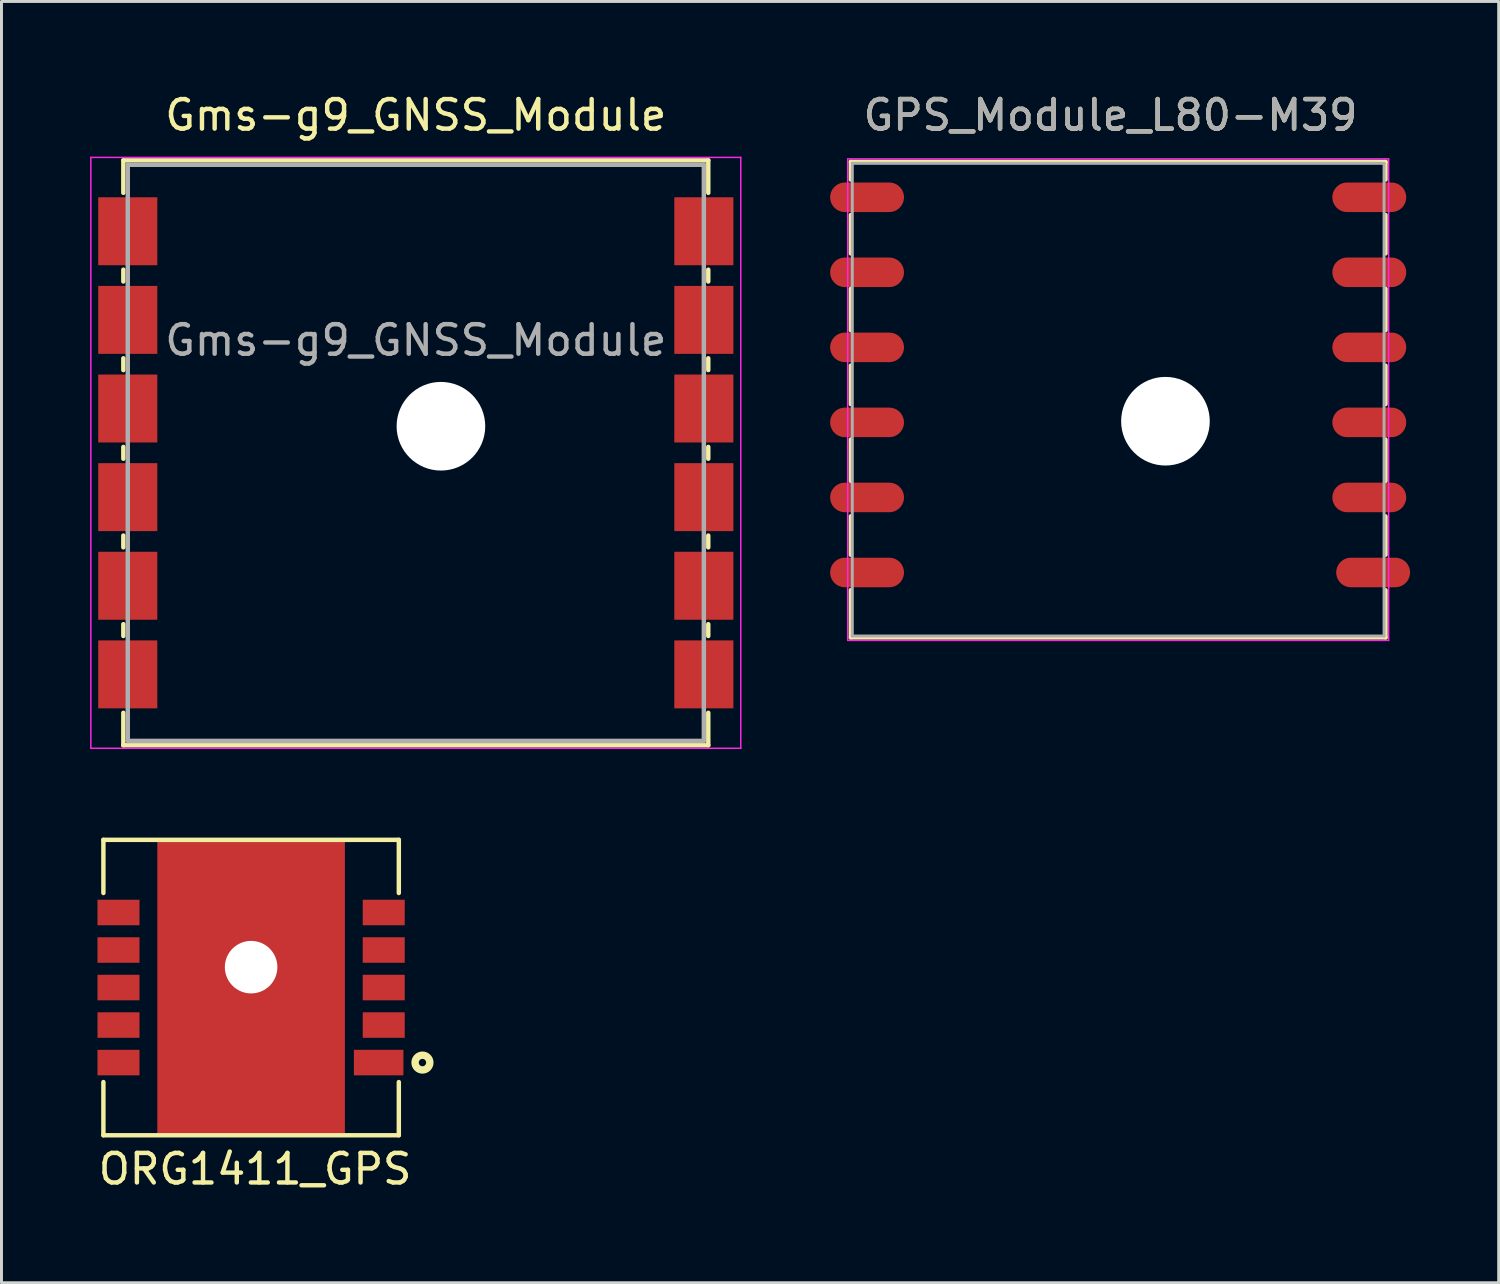
<source format=kicad_pcb>
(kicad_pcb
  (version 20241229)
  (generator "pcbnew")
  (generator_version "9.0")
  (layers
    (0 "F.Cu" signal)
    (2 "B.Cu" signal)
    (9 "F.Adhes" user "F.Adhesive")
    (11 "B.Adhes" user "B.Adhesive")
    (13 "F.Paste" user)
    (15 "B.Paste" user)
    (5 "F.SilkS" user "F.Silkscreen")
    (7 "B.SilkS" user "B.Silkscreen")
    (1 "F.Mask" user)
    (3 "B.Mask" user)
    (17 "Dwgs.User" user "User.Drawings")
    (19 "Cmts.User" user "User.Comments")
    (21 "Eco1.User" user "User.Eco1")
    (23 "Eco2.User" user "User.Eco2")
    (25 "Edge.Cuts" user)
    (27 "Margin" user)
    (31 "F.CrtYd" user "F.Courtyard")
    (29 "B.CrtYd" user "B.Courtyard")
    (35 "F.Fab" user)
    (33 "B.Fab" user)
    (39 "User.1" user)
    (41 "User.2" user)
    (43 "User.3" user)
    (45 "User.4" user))
  (footprint "Gms-g9_GNSS_Module"
    (layer "F.Cu")
    (at 11.025 12.278)
    (property "Reference" "Gms-g9_GNSS_Module" (at 0 -11.43 0) (layer "F.SilkS") (effects (font (size 1 1) (thickness 0.15))))
    (attr smd)
    (fp_line (start -9.9 -9.9) (end -9.9 -8.8) (stroke (width 0.15) (type solid)) (layer "F.SilkS"))
    (fp_line (start -9.9 -5.8) (end -9.9 -6.2) (stroke (width 0.15) (type solid)) (layer "F.SilkS"))
    (fp_line (start -9.9 -2.8) (end -9.9 -3.2) (stroke (width 0.15) (type solid)) (layer "F.SilkS"))
    (fp_line (start -9.9 0.2) (end -9.9 -0.2) (stroke (width 0.15) (type solid)) (layer "F.SilkS"))
    (fp_line (start -9.9 2.8) (end -9.9 3.2) (stroke (width 0.15) (type solid)) (layer "F.SilkS"))
    (fp_line (start -9.9 5.8) (end -9.9 6.2) (stroke (width 0.15) (type solid)) (layer "F.SilkS"))
    (fp_line (start -9.9 8.8) (end -9.9 9.9) (stroke (width 0.15) (type solid)) (layer "F.SilkS"))
    (fp_line (start -9.9 9.9) (end 9.9 9.9) (stroke (width 0.15) (type solid)) (layer "F.SilkS"))
    (fp_line (start 9.9 -9.9) (end -9.9 -9.9) (stroke (width 0.15) (type solid)) (layer "F.SilkS"))
    (fp_line (start 9.9 -8.8) (end 9.9 -9.9) (stroke (width 0.15) (type solid)) (layer "F.SilkS"))
    (fp_line (start 9.9 -6.2) (end 9.9 -5.8) (stroke (width 0.15) (type solid)) (layer "F.SilkS"))
    (fp_line (start 9.9 -3.2) (end 9.9 -2.8) (stroke (width 0.15) (type solid)) (layer "F.SilkS"))
    (fp_line (start 9.9 -0.2) (end 9.9 0.2) (stroke (width 0.15) (type solid)) (layer "F.SilkS"))
    (fp_line (start 9.9 2.8) (end 9.9 3.2) (stroke (width 0.15) (type solid)) (layer "F.SilkS"))
    (fp_line (start 9.9 5.8) (end 9.9 6.2) (stroke (width 0.15) (type solid)) (layer "F.SilkS"))
    (fp_line (start 9.9 9.9) (end 9.9 8.8) (stroke (width 0.15) (type solid)) (layer "F.SilkS"))
    (fp_line (start -11 -10) (end -11 10) (stroke (width 0.05) (type solid)) (layer "F.CrtYd"))
    (fp_line (start -11 -10) (end 11 -10) (stroke (width 0.05) (type solid)) (layer "F.CrtYd"))
    (fp_line (start 11 10) (end -11 10) (stroke (width 0.05) (type solid)) (layer "F.CrtYd"))
    (fp_line (start 11 10) (end 11 -10) (stroke (width 0.05) (type solid)) (layer "F.CrtYd"))
    (fp_line (start -9.75 -9.75) (end -9.75 9.75) (stroke (width 0.15) (type solid)) (layer "F.Fab"))
    (fp_line (start -9.75 -9.75) (end 9.75 -9.75) (stroke (width 0.15) (type solid)) (layer "F.Fab"))
    (fp_line (start -9.75 9.75) (end 9.75 9.75) (stroke (width 0.15) (type solid)) (layer "F.Fab"))
    (fp_line (start 9.75 -9.75) (end 9.75 9.75) (stroke (width 0.15) (type solid)) (layer "F.Fab"))
    (fp_text user "${REFERENCE}" (at 0 -3.81 0) (layer "F.Fab") (effects (font (size 1 1) (thickness 0.15))))
    (pad "" np_thru_hole circle (at 0.85 -0.9) (size 3 3) (drill 3) (layers "*.Cu" "*.Mask"))
    (pad "1" smd rect (at -9.75 -7.5) (size 2 2.3) (layers "F.Cu" "F.Mask" "F.Paste"))
    (pad "2" smd rect (at -9.75 -4.5) (size 2 2.3) (layers "F.Cu" "F.Mask" "F.Paste"))
    (pad "3" smd rect (at -9.75 -1.5) (size 2 2.3) (layers "F.Cu" "F.Mask" "F.Paste"))
    (pad "4" smd rect (at -9.75 1.5) (size 2 2.3) (layers "F.Cu" "F.Mask" "F.Paste"))
    (pad "5" smd rect (at -9.75 4.5) (size 2 2.3) (layers "F.Cu" "F.Mask" "F.Paste"))
    (pad "6" smd rect (at -9.75 7.5) (size 2 2.3) (layers "F.Cu" "F.Mask" "F.Paste"))
    (pad "7" smd rect (at 9.75 7.5) (size 2 2.3) (layers "F.Cu" "F.Mask" "F.Paste"))
    (pad "8" smd rect (at 9.75 4.5) (size 2 2.3) (layers "F.Cu" "F.Mask" "F.Paste"))
    (pad "9" smd rect (at 9.75 1.5) (size 2 2.3) (layers "F.Cu" "F.Mask" "F.Paste"))
    (pad "10" smd rect (at 9.75 -1.5) (size 2 2.3) (layers "F.Cu" "F.Mask" "F.Paste"))
    (pad "11" smd rect (at 9.75 -4.5) (size 2 2.3) (layers "F.Cu" "F.Mask" "F.Paste"))
    (pad "12" smd rect (at 9.75 -7.5) (size 2 2.3) (layers "F.Cu" "F.Mask" "F.Paste")))
  (footprint "GPS_Module_L80-M39"
    (layer "F.Cu")
    (at 34.865 9.978)
    (property "Reference" "GPS_Module_L80-M39" (at -0.325 -9.13 0) (layer "F.SilkS") (effects (font (size 1 1) (thickness 0.15))))
    (attr smd)
    (fp_line (start -9.115 -7.55) (end -9.115 -6.95) (stroke (width 0.15) (type solid)) (layer "F.SilkS"))
    (fp_line (start -9.115 -5.75) (end -9.115 -4.45) (stroke (width 0.15) (type solid)) (layer "F.SilkS"))
    (fp_line (start -9.115 -3.25) (end -9.115 -1.85) (stroke (width 0.15) (type solid)) (layer "F.SilkS"))
    (fp_line (start -9.115 -0.65) (end -9.115 0.65) (stroke (width 0.15) (type solid)) (layer "F.SilkS"))
    (fp_line (start -9.115 1.85) (end -9.115 3.25) (stroke (width 0.15) (type solid)) (layer "F.SilkS"))
    (fp_line (start -9.115 4.45) (end -9.115 5.75) (stroke (width 0.15) (type solid)) (layer "F.SilkS"))
    (fp_line (start -9.115 6.95) (end -9.115 8.55) (stroke (width 0.15) (type solid)) (layer "F.SilkS"))
    (fp_line (start -9.115 8.55) (end 8.985 8.55) (stroke (width 0.15) (type solid)) (layer "F.SilkS"))
    (fp_line (start 8.985 -7.55) (end -9.115 -7.55) (stroke (width 0.15) (type solid)) (layer "F.SilkS"))
    (fp_line (start 8.985 -6.95) (end 8.985 -7.55) (stroke (width 0.15) (type solid)) (layer "F.SilkS"))
    (fp_line (start 8.985 -5.75) (end 8.985 -4.45) (stroke (width 0.15) (type solid)) (layer "F.SilkS"))
    (fp_line (start 8.985 -3.25) (end 8.985 -1.85) (stroke (width 0.15) (type solid)) (layer "F.SilkS"))
    (fp_line (start 8.985 -0.65) (end 8.985 0.65) (stroke (width 0.15) (type solid)) (layer "F.SilkS"))
    (fp_line (start 8.985 1.85) (end 8.985 3.25) (stroke (width 0.15) (type solid)) (layer "F.SilkS"))
    (fp_line (start 8.985 4.45) (end 8.985 5.75) (stroke (width 0.15) (type solid)) (layer "F.SilkS"))
    (fp_line (start 8.985 8.55) (end 8.985 6.95) (stroke (width 0.15) (type solid)) (layer "F.SilkS"))
    (fp_line (start -9.22 -7.65) (end -9.22 8.65) (stroke (width 0.05) (type solid)) (layer "F.CrtYd"))
    (fp_line (start -9.22 -7.65) (end 9.09 -7.65) (stroke (width 0.05) (type solid)) (layer "F.CrtYd"))
    (fp_line (start -9.22 8.65) (end 9.09 8.65) (stroke (width 0.05) (type solid)) (layer "F.CrtYd"))
    (fp_line (start 9.09 -7.65) (end 9.09 8.65) (stroke (width 0.05) (type solid)) (layer "F.CrtYd"))
    (fp_line (start -9.065 -7.5) (end -9.065 8.5) (stroke (width 0.1) (type solid)) (layer "F.Fab"))
    (fp_line (start -9.065 -7.5) (end 8.935 -7.5) (stroke (width 0.1) (type solid)) (layer "F.Fab"))
    (fp_line (start -9.065 8.5) (end 8.935 8.5) (stroke (width 0.1) (type solid)) (layer "F.Fab"))
    (fp_line (start 8.935 8.5) (end 8.935 -7.5) (stroke (width 0.1) (type solid)) (layer "F.Fab"))
    (fp_text user "${REFERENCE}" (at -0.325 -9.13 0) (layer "F.Fab") (effects (font (size 1 1) (thickness 0.15))))
    (pad "" np_thru_hole circle (at 1.535 1.23) (size 3 3) (drill 3) (layers "*.Cu" "*.Mask"))
    (pad "1" smd oval (at 8.565 6.35) (size 2.5 1) (layers "F.Cu" "F.Mask" "F.Paste"))
    (pad "2" smd oval (at 8.435 3.81) (size 2.5 1) (layers "F.Cu" "F.Mask" "F.Paste"))
    (pad "3" smd oval (at 8.435 1.27) (size 2.5 1) (layers "F.Cu" "F.Mask" "F.Paste"))
    (pad "4" smd oval (at 8.435 -1.27) (size 2.5 1) (layers "F.Cu" "F.Mask" "F.Paste"))
    (pad "5" smd oval (at 8.435 -3.81) (size 2.5 1) (layers "F.Cu" "F.Mask" "F.Paste"))
    (pad "6" smd oval (at 8.435 -6.35) (size 2.5 1) (layers "F.Cu" "F.Mask" "F.Paste"))
    (pad "7" smd oval (at -8.565 -6.35) (size 2.5 1) (layers "F.Cu" "F.Mask" "F.Paste"))
    (pad "8" smd oval (at -8.565 -3.81) (size 2.5 1) (layers "F.Cu" "F.Mask" "F.Paste"))
    (pad "9" smd oval (at -8.565 -1.27) (size 2.5 1) (layers "F.Cu" "F.Mask" "F.Paste"))
    (pad "10" smd oval (at -8.565 1.27) (size 2.5 1) (layers "F.Cu" "F.Mask" "F.Paste"))
    (pad "11" smd oval (at -8.565 3.81) (size 2.5 1) (layers "F.Cu" "F.Mask" "F.Paste"))
    (pad "12" smd oval (at -8.565 6.35) (size 2.5 1) (layers "F.Cu" "F.Mask" "F.Paste")))
  (footprint "ORG1411_GPS"
    (layer "F.Cu")
    (at 0.25 35.378)
    (property "Reference" "ORG1411_GPS" (at 5.334 1.143 0) (layer "F.SilkS") (effects (font (size 1 1) (thickness 0.15))))
    (attr through_hole)
    (fp_line (start 0.2 -10) (end 0.2 -8.2) (stroke (width 0.15) (type solid)) (layer "F.SilkS"))
    (fp_line (start 0.2 -10) (end 10.2 -10) (stroke (width 0.15) (type solid)) (layer "F.SilkS"))
    (fp_line (start 0.2 -1.8) (end 0.2 0) (stroke (width 0.15) (type solid)) (layer "F.SilkS"))
    (fp_line (start 0.2 0) (end 10.2 0) (stroke (width 0.15) (type solid)) (layer "F.SilkS"))
    (fp_line (start 10.2 -10) (end 10.2 -8.2) (stroke (width 0.15) (type solid)) (layer "F.SilkS"))
    (fp_line (start 10.2 -1.8) (end 10.2 0) (stroke (width 0.15) (type solid)) (layer "F.SilkS"))
    (fp_circle (center 11 -2.46) (end 11.25 -2.46) (stroke (width 0.25) (type solid)) (fill no) (layer "F.SilkS"))
    (pad "" np_thru_hole circle (at 5.2 -5.69) (size 1.778 1.778) (drill 1.778) (layers "*.Cu" "*.Mask"))
    (pad "1" smd rect (at 9.517 -2.46) (size 1.676 0.864) (layers "F.Cu" "F.Mask" "F.Paste"))
    (pad "2" smd rect (at 9.689 -3.73) (size 1.422 0.864) (layers "F.Cu" "F.Mask" "F.Paste"))
    (pad "3" smd rect (at 9.689 -5) (size 1.422 0.864) (layers "F.Cu" "F.Mask" "F.Paste"))
    (pad "4" smd rect (at 9.689 -6.27) (size 1.422 0.864) (layers "F.Cu" "F.Mask" "F.Paste"))
    (pad "5" smd rect (at 5.2 -5) (size 6.35 10) (layers "F.Cu"))
    (pad "5" smd rect (at 9.689 -7.54) (size 1.422 0.864) (layers "F.Cu" "F.Mask" "F.Paste"))
    (pad "6" smd rect (at 0.711 -7.54) (size 1.422 0.864) (layers "F.Cu" "F.Mask" "F.Paste"))
    (pad "7" smd rect (at 0.711 -6.27) (size 1.422 0.864) (layers "F.Cu" "F.Mask" "F.Paste"))
    (pad "8" smd rect (at 0.711 -5) (size 1.422 0.864) (layers "F.Cu" "F.Mask" "F.Paste"))
    (pad "9" smd rect (at 0.711 -3.73) (size 1.422 0.864) (layers "F.Cu" "F.Mask" "F.Paste"))
    (pad "10" smd rect (at 0.711 -2.46) (size 1.422 0.864) (layers "F.Cu" "F.Mask" "F.Paste")))
  (gr_rect
    (start -3 -3)
    (end 47.68 40.37)
    (stroke (width 0.1) (type default))
    (fill no)
    (layer "Edge.Cuts")))
</source>
